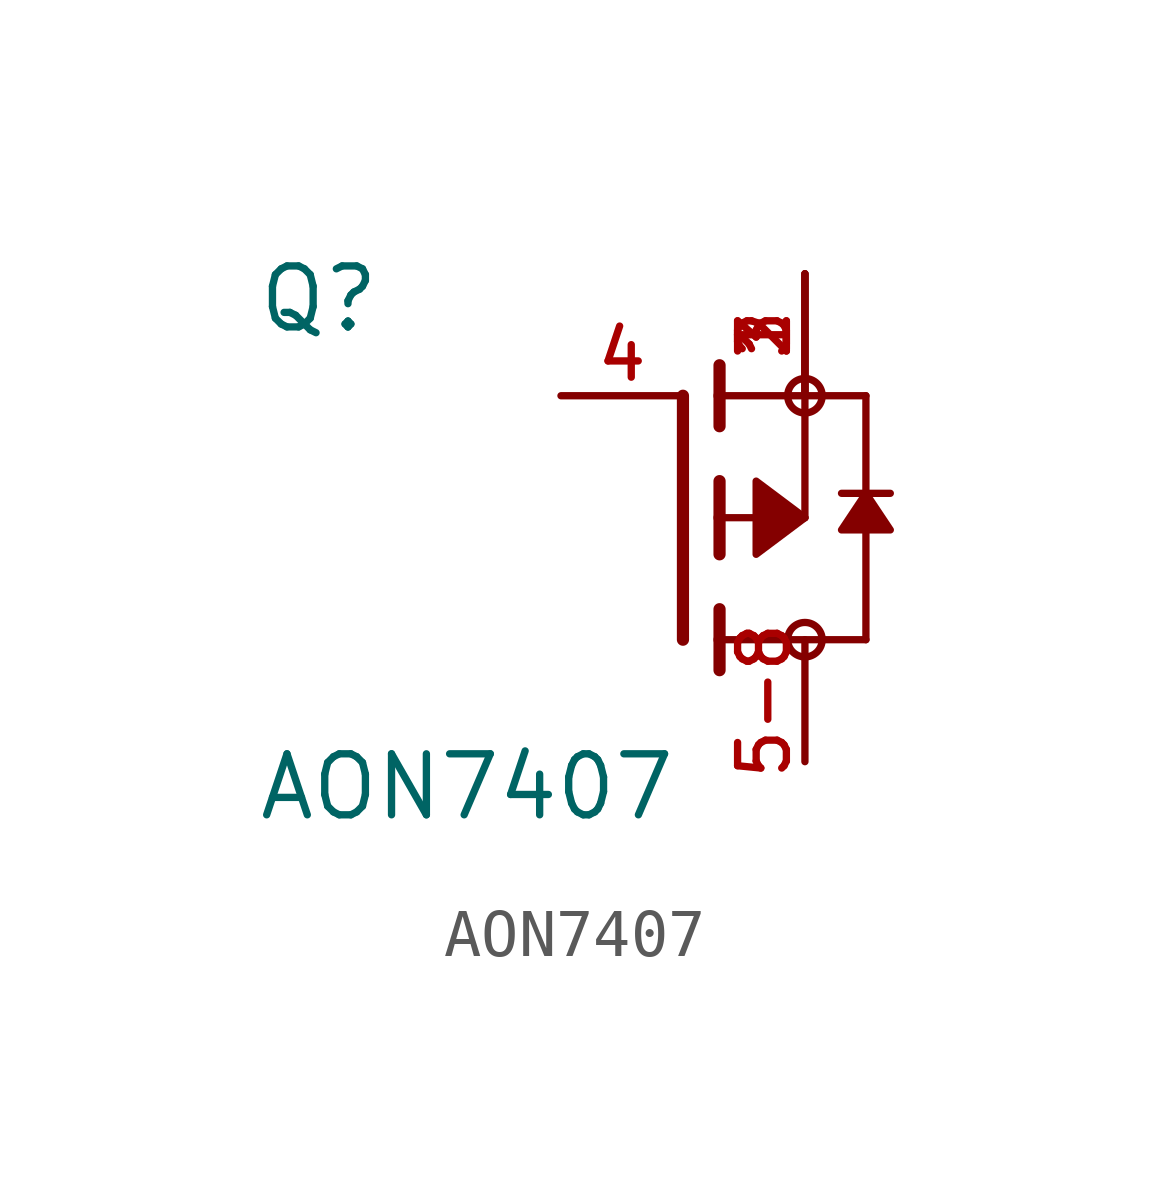
<source format=kicad_sym>
(kicad_symbol_lib
  (version 20241209)
  (generator "kicad_symbol_editor")
  (generator_version "9.0")
  (symbol "AON7407"
    (pin_names
      (offset 1.016))
    (property "Reference" "Q"
      (at -8.89 3.81 0)
      (effects (font (size 1.27 1.27)) (justify left bottom)))
    (property "Value" "AON7407"
      (at -8.89 -6.35 0)
      (effects (font (size 1.27 1.27)) (justify left bottom)))
    (symbol "AON7407_0_0"
      (polyline (pts (xy 0 -2.54) (xy 0 2.54)) (stroke (width 0.254) (type default)) (fill (type none)))
      (polyline (pts (xy 0.762 2.54) (xy 0.762 3.175)) (stroke (width 0.254) (type default)) (fill (type none)))
      (polyline (pts (xy 0.762 1.905) (xy 0.762 2.54)) (stroke (width 0.254) (type default)) (fill (type none)))
      (polyline (pts (xy 0.762 0) (xy 0.762 0.762)) (stroke (width 0.254) (type default)) (fill (type none)))
      (polyline (pts (xy 0.762 0) (xy 2.54 0)) (stroke (width 0.152) (type default)) (fill (type none)))
      (polyline (pts (xy 0.762 -0.762) (xy 0.762 0)) (stroke (width 0.254) (type default)) (fill (type none)))
      (polyline (pts (xy 0.762 -2.54) (xy 0.762 -1.905)) (stroke (width 0.254) (type default)) (fill (type none)))
      (polyline (pts (xy 0.762 -2.54) (xy 3.81 -2.54)) (stroke (width 0.152) (type default)) (fill (type none)))
      (polyline (pts (xy 0.762 -3.175) (xy 0.762 -2.54)) (stroke (width 0.254) (type default)) (fill (type none)))
      (polyline (pts (xy 2.54 2.54) (xy 0.762 2.54)) (stroke (width 0.152) (type default)) (fill (type none)))
      (polyline (pts (xy 2.54 2.54) (xy 3.81 2.54)) (stroke (width 0.152) (type default)) (fill (type none)))
      (circle (center 2.54 2.54) (radius 0.359) (stroke (width 0) (type default)) (fill (type none)))
      (polyline (pts (xy 2.54 0) (xy 2.54 2.54)) (stroke (width 0.152) (type default)) (fill (type none)))
      (polyline (pts (xy 2.54 0) (xy 1.524 0.762) (xy 1.524 -0.762) (xy 2.54 0)) (stroke (width 0.152) (type default)) (fill (type outline)))
      (circle (center 2.54 -2.54) (radius 0.359) (stroke (width 0) (type default)) (fill (type none)))
      (polyline (pts (xy 3.302 0.508) (xy 3.81 0.508)) (stroke (width 0.152) (type default)) (fill (type none)))
      (polyline (pts (xy 3.81 0.508) (xy 3.81 2.54)) (stroke (width 0.152) (type default)) (fill (type none)))
      (polyline (pts (xy 3.81 0.508) (xy 4.318 0.508)) (stroke (width 0.152) (type default)) (fill (type none)))
      (polyline (pts (xy 3.81 0.508) (xy 4.318 -0.254) (xy 3.302 -0.254) (xy 3.81 0.508)) (stroke (width 0.152) (type default)) (fill (type outline)))
      (polyline (pts (xy 3.81 -2.54) (xy 3.81 0.508)) (stroke (width 0.152) (type default)) (fill (type none)))
      (pin passive line (at -2.54 2.54 0) (length 2.54) (name "~" (effects (font (size 1.016 1.016)))) (number "4" (effects (font (size 1.016 1.016)))))
      (pin passive line (at 2.54 5.08 270) (length 2.54) (name "~" (effects (font (size 1.016 1.016)))) (number "1" (effects (font (size 1.016 1.016)))))
      (pin passive line (at 2.54 5.08 270) (length 2.54) (name "~" (effects (font (size 1.016 1.016)))) (number "2" (effects (font (size 1.016 1.016)))))
      (pin passive line (at 2.54 5.08 270) (length 2.54) (name "~" (effects (font (size 1.016 1.016)))) (number "3" (effects (font (size 1.016 1.016))))))
    (symbol "AON7407_1_0"
      (pin passive line (at 2.54 -5.08 90) (length 2.54) (name "~" (effects (font (size 1.016 1.016)))) (number "5-8" (effects (font (size 1.016 1.016))))))))
</source>
